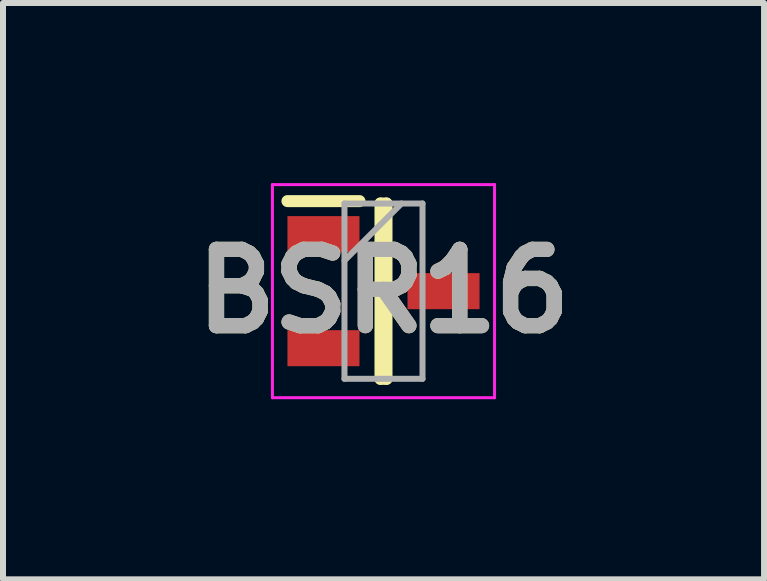
<source format=kicad_pcb>
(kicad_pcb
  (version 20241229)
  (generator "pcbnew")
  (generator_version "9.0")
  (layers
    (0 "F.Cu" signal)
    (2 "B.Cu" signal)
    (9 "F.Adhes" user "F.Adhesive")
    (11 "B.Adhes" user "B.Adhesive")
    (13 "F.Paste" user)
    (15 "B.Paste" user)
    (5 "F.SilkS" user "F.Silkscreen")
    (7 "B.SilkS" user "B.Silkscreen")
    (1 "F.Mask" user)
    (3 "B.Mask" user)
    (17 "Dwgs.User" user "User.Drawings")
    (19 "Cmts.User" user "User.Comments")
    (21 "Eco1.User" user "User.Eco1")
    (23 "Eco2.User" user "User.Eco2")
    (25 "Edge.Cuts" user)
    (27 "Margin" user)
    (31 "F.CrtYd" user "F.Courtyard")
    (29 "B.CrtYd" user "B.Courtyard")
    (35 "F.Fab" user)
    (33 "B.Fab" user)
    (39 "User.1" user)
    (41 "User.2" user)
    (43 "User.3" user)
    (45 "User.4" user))
  (footprint "BSR16"
    (layer "F.Cu")
    (at 3.338 1.8)
    (property "Reference" "BSR16" (at 0 0 0) (layer "F.SilkS") (effects (font (size 1.27 1.27) (thickness 0.254))))
    (attr smd)
    (fp_line (start -1.6 -1.5) (end -0.4 -1.5) (stroke (width 0.2) (type solid)) (layer "F.SilkS"))
    (fp_line (start -0.05 -1.46) (end 0.05 -1.46) (stroke (width 0.2) (type solid)) (layer "F.SilkS"))
    (fp_line (start -0.05 1.46) (end -0.05 -1.46) (stroke (width 0.2) (type solid)) (layer "F.SilkS"))
    (fp_line (start 0.05 -1.46) (end 0.05 1.46) (stroke (width 0.2) (type solid)) (layer "F.SilkS"))
    (fp_line (start 0.05 1.46) (end -0.05 1.46) (stroke (width 0.2) (type solid)) (layer "F.SilkS"))
    (fp_line (start -1.85 -1.775) (end 1.85 -1.775) (stroke (width 0.05) (type solid)) (layer "F.CrtYd"))
    (fp_line (start -1.85 1.775) (end -1.85 -1.775) (stroke (width 0.05) (type solid)) (layer "F.CrtYd"))
    (fp_line (start 1.85 -1.775) (end 1.85 1.775) (stroke (width 0.05) (type solid)) (layer "F.CrtYd"))
    (fp_line (start 1.85 1.775) (end -1.85 1.775) (stroke (width 0.05) (type solid)) (layer "F.CrtYd"))
    (fp_line (start -0.65 -1.46) (end 0.65 -1.46) (stroke (width 0.1) (type solid)) (layer "F.Fab"))
    (fp_line (start -0.65 -0.51) (end 0.3 -1.46) (stroke (width 0.1) (type solid)) (layer "F.Fab"))
    (fp_line (start -0.65 1.46) (end -0.65 -1.46) (stroke (width 0.1) (type solid)) (layer "F.Fab"))
    (fp_line (start 0.65 -1.46) (end 0.65 1.46) (stroke (width 0.1) (type solid)) (layer "F.Fab"))
    (fp_line (start 0.65 1.46) (end -0.65 1.46) (stroke (width 0.1) (type solid)) (layer "F.Fab"))
    (fp_text user "${REFERENCE}" (at 0 0 0) (layer "F.Fab") (effects (font (size 1.27 1.27) (thickness 0.254))))
    (pad "1" smd rect (at -1 -0.95 90) (size 0.6 1.2) (layers "F.Cu" "F.Mask" "F.Paste"))
    (pad "2" smd rect (at -1 0.95 90) (size 0.6 1.2) (layers "F.Cu" "F.Mask" "F.Paste"))
    (pad "3" smd rect (at 1 0 90) (size 0.6 1.2) (layers "F.Cu" "F.Mask" "F.Paste")))
  (gr_rect
    (start -3 -3)
    (end 9.677 6.6)
    (stroke (width 0.1) (type default))
    (fill no)
    (layer "Edge.Cuts")))
</source>
